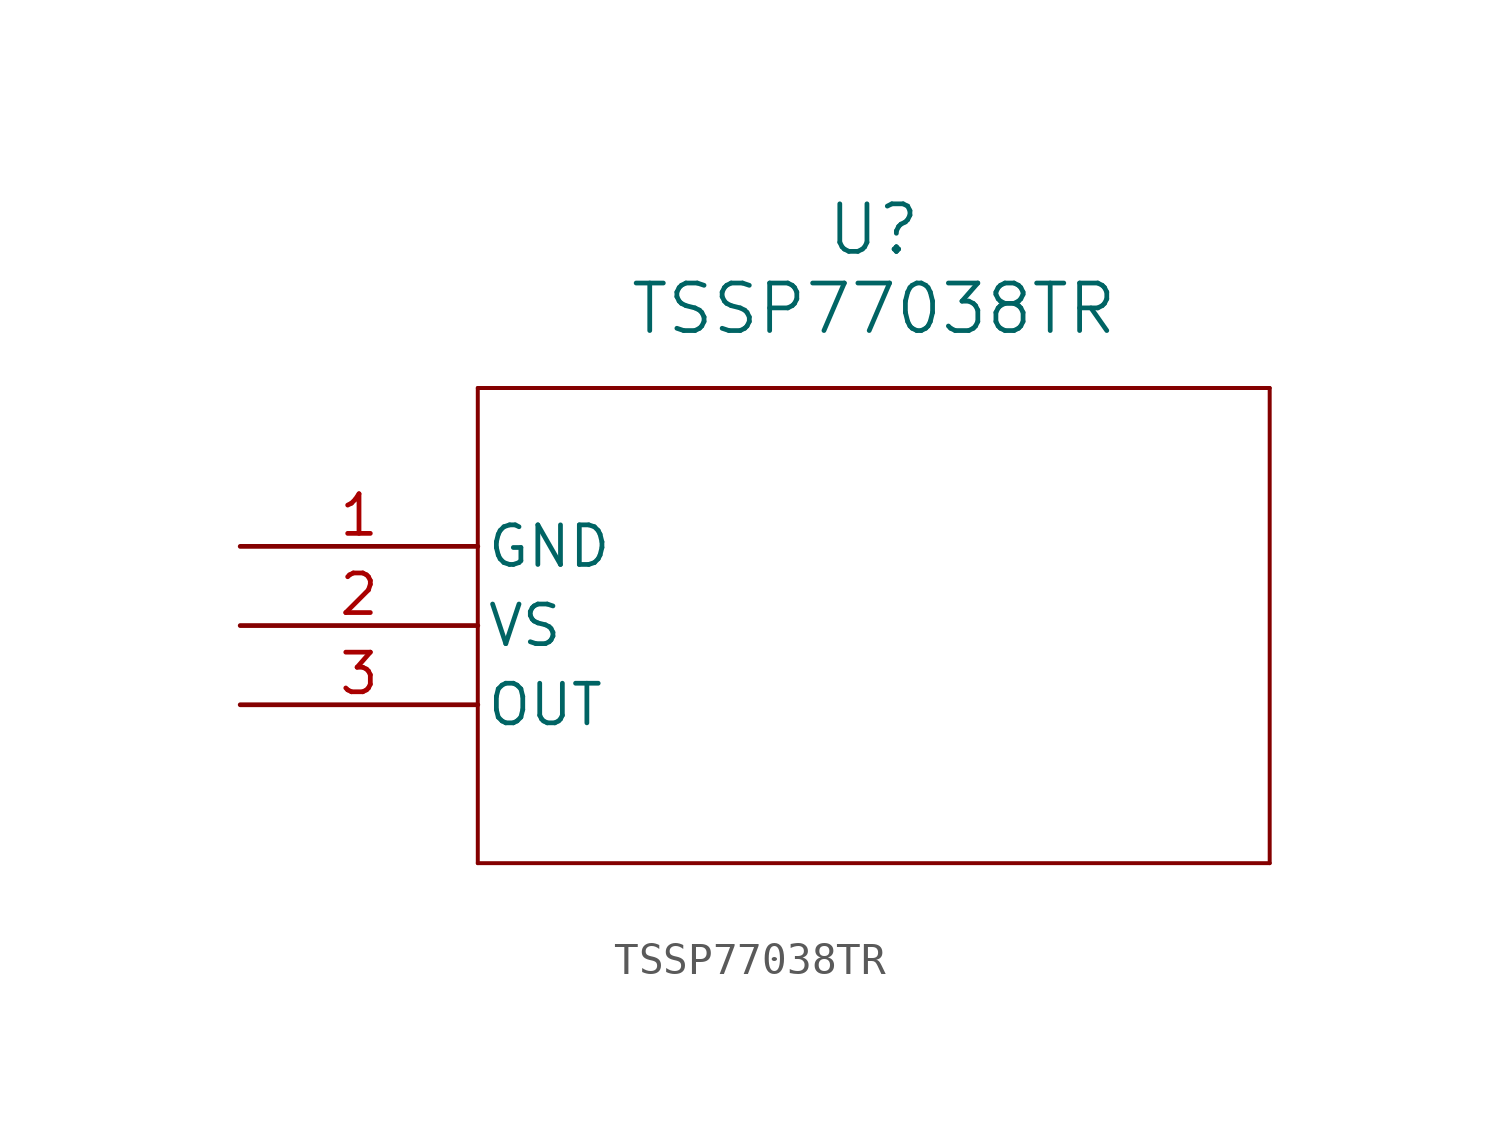
<source format=kicad_sym>
(kicad_symbol_lib
  (version 20211014)
  (generator kicad_symbol_editor)
  (symbol "TSSP77038TR"
    (pin_names
      (offset 0.254))
    (property "Reference" "U"
      (at 20.32 10.16 0)
      (effects (font (size 1.524 1.524))))
    (property "Value" "TSSP77038TR"
      (at 20.32 7.62 0)
      (effects (font (size 1.524 1.524))))
    (symbol "TSSP77038TR_0_1"
      (polyline (pts (xy 7.62 5.08) (xy 7.62 -10.16)) (stroke (width 0.127) (type default) (color 0 0 0 0)) (fill (type none)))
      (polyline (pts (xy 7.62 -10.16) (xy 33.02 -10.16)) (stroke (width 0.127) (type default) (color 0 0 0 0)) (fill (type none)))
      (polyline (pts (xy 33.02 -10.16) (xy 33.02 5.08)) (stroke (width 0.127) (type default) (color 0 0 0 0)) (fill (type none)))
      (polyline (pts (xy 33.02 5.08) (xy 7.62 5.08)) (stroke (width 0.127) (type default) (color 0 0 0 0)) (fill (type none)))
      (pin power_out line (at 0 0 0) (length 7.62) (name "GND" (effects (font (size 1.27 1.27)))) (number "1" (effects (font (size 1.27 1.27)))))
      (pin unspecified line (at 0 -2.54 0) (length 7.62) (name "VS" (effects (font (size 1.27 1.27)))) (number "2" (effects (font (size 1.27 1.27)))))
      (pin output line (at 0 -5.08 0) (length 7.62) (name "OUT" (effects (font (size 1.27 1.27)))) (number "3" (effects (font (size 1.27 1.27))))))))
</source>
